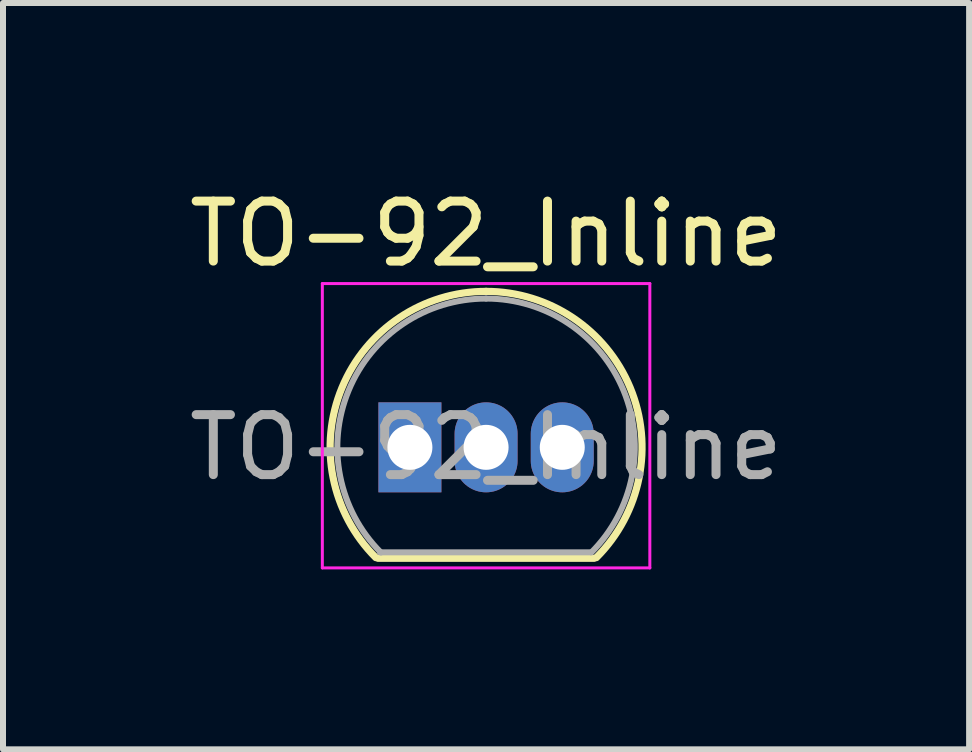
<source format=kicad_pcb>
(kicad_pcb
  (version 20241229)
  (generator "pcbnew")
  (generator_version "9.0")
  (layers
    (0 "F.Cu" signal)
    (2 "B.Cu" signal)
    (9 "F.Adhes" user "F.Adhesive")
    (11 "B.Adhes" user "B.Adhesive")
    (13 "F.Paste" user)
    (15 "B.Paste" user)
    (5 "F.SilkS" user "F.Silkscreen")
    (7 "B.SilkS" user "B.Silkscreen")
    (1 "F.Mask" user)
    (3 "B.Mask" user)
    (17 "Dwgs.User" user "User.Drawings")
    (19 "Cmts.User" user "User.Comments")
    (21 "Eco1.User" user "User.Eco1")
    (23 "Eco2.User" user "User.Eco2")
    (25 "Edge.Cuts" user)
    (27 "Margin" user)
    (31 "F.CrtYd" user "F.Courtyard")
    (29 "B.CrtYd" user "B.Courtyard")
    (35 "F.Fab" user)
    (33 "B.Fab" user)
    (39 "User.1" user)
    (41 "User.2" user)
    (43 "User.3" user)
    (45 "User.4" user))
  (footprint "TO-92_Inline"
    (layer "F.Cu")
    (at 3.784 4.408)
    (property "Reference" "TO-92_Inline" (at 1.27 -3.56 180) (layer "F.SilkS") (effects (font (size 1 1) (thickness 0.15))))
    (attr through_hole)
    (fp_line (start -0.53 1.85) (end 3.07 1.85) (stroke (width 0.12) (type solid)) (layer "F.SilkS"))
    (fp_arc (start -0.568478 1.838478) (mid -1.132087 -0.994977) (end 1.27 -2.6) (stroke (width 0.12) (type solid)) (layer "F.SilkS"))
    (fp_arc (start 1.27 -2.6) (mid 3.672087 -0.994977) (end 3.108478 1.838478) (stroke (width 0.12) (type solid)) (layer "F.SilkS"))
    (fp_line (start -1.46 -2.73) (end -1.46 2.01) (stroke (width 0.05) (type solid)) (layer "F.CrtYd"))
    (fp_line (start -1.46 -2.73) (end 4 -2.73) (stroke (width 0.05) (type solid)) (layer "F.CrtYd"))
    (fp_line (start 4 2.01) (end -1.46 2.01) (stroke (width 0.05) (type solid)) (layer "F.CrtYd"))
    (fp_line (start 4 2.01) (end 4 -2.73) (stroke (width 0.05) (type solid)) (layer "F.CrtYd"))
    (fp_line (start -0.5 1.75) (end 3 1.75) (stroke (width 0.1) (type solid)) (layer "F.Fab"))
    (fp_arc (start -0.483625 1.753625) (mid -1.021221 -0.949055) (end 1.27 -2.48) (stroke (width 0.1) (type solid)) (layer "F.Fab"))
    (fp_arc (start 1.27 -2.48) (mid 3.561221 -0.949055) (end 3.023625 1.753625) (stroke (width 0.1) (type solid)) (layer "F.Fab"))
    (fp_text user "${REFERENCE}" (at 1.27 0 180) (layer "F.Fab") (effects (font (size 1 1) (thickness 0.15))))
    (pad "1" thru_hole rect (at 0 0) (size 1.05 1.5) (drill 0.75) (layers "*.Cu" "*.Mask"))
    (pad "2" thru_hole oval (at 1.27 0) (size 1.05 1.5) (drill 0.75) (layers "*.Cu" "*.Mask"))
    (pad "3" thru_hole oval (at 2.54 0) (size 1.05 1.5) (drill 0.75) (layers "*.Cu" "*.Mask")))
  (gr_rect
    (start -3 -3)
    (end 13.107 9.443)
    (stroke (width 0.1) (type default))
    (fill no)
    (layer "Edge.Cuts")))
</source>
